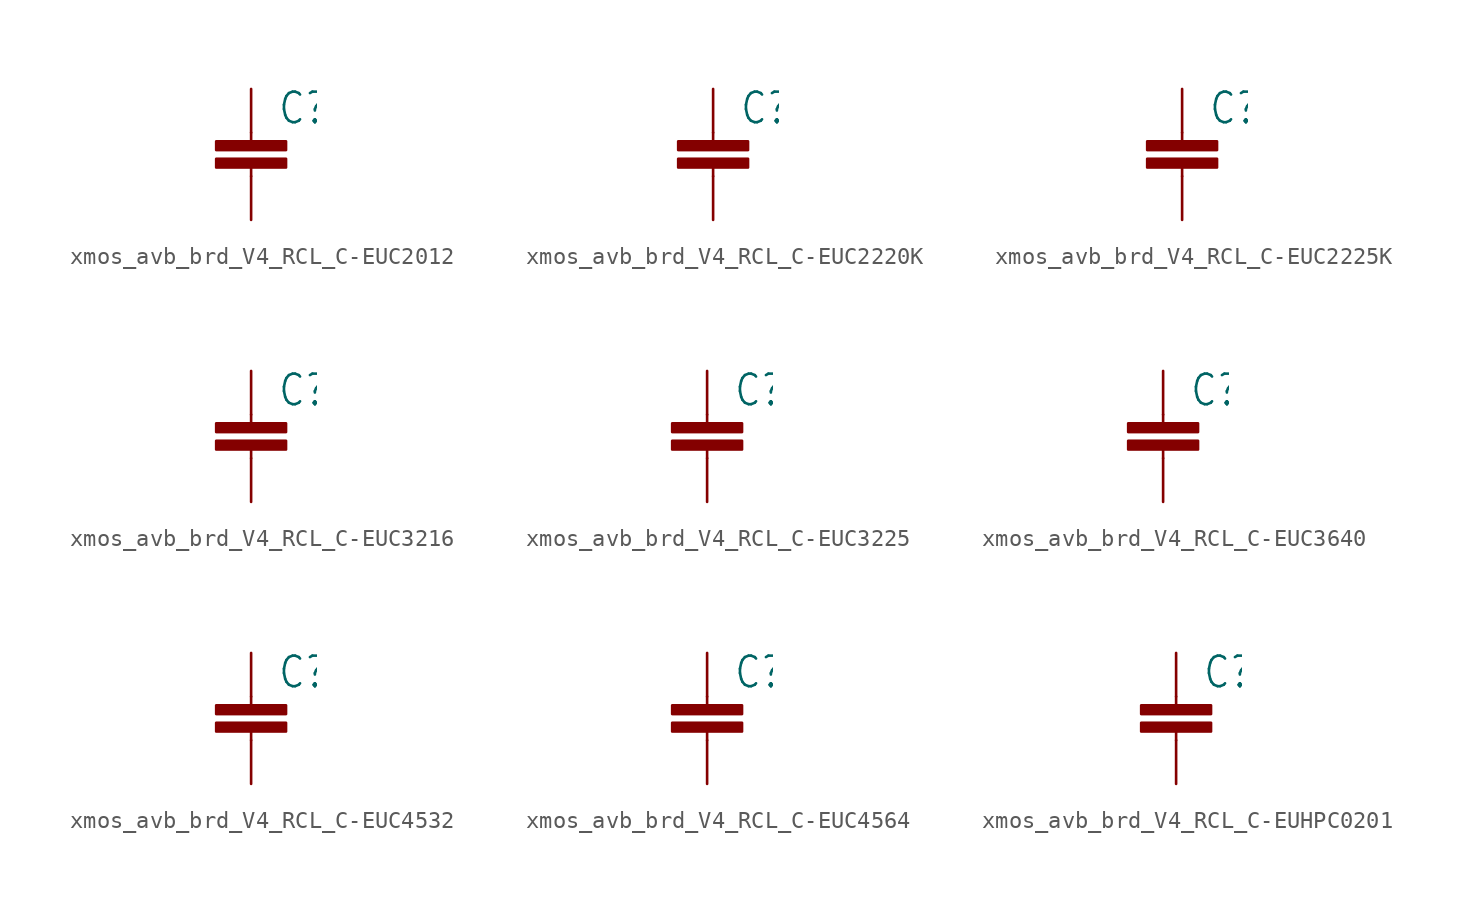
<source format=kicad_sym>
(kicad_symbol_lib
  (version 20241209)
  (generator "kicad_symbol_editor")
  (generator_version "9.0")
  (symbol "xmos_avb_brd_V4_RCL_C-EUC2012"
    (property "Reference" "C"
      (at 1.524 0.381 0)
      (effects (font (size 1.778 1.511)) (justify left bottom)))
    (property "Value" ""
      (at 1.524 -4.699 0)
      (effects (font (size 1.778 1.511)) (justify left bottom)))
    (property "ki_locked" ""
      (at 0 0 0)
      (effects (font (size 1.27 1.27))))
    (symbol "xmos_avb_brd_V4_RCL_C-EUC2012_1_0"
      (rectangle (start -2.032 -1.016) (end 2.032 -0.508) (stroke (width 0) (type default)) (fill (type outline)))
      (rectangle (start -2.032 -2.032) (end 2.032 -1.524) (stroke (width 0) (type default)) (fill (type outline)))
      (polyline (pts (xy 0 0) (xy 0 -0.508)) (stroke (width 0.152) (type solid)) (fill (type none)))
      (polyline (pts (xy 0 -2.54) (xy 0 -2.032)) (stroke (width 0.152) (type solid)) (fill (type none)))
      (pin passive line (at 0 2.54 270) (length 2.54) (name "1" (effects (font (size 0 0)))) (number "1" (effects (font (size 0 0)))))
      (pin passive line (at 0 -5.08 90) (length 2.54) (name "2" (effects (font (size 0 0)))) (number "2" (effects (font (size 0 0)))))))
  (symbol "xmos_avb_brd_V4_RCL_C-EUC2220K"
    (property "Reference" "C"
      (at 1.524 0.381 0)
      (effects (font (size 1.778 1.511)) (justify left bottom)))
    (property "Value" ""
      (at 1.524 -4.699 0)
      (effects (font (size 1.778 1.511)) (justify left bottom)))
    (property "ki_locked" ""
      (at 0 0 0)
      (effects (font (size 1.27 1.27))))
    (symbol "xmos_avb_brd_V4_RCL_C-EUC2220K_1_0"
      (rectangle (start -2.032 -1.016) (end 2.032 -0.508) (stroke (width 0) (type default)) (fill (type outline)))
      (rectangle (start -2.032 -2.032) (end 2.032 -1.524) (stroke (width 0) (type default)) (fill (type outline)))
      (polyline (pts (xy 0 0) (xy 0 -0.508)) (stroke (width 0.152) (type solid)) (fill (type none)))
      (polyline (pts (xy 0 -2.54) (xy 0 -2.032)) (stroke (width 0.152) (type solid)) (fill (type none)))
      (pin passive line (at 0 2.54 270) (length 2.54) (name "1" (effects (font (size 0 0)))) (number "1" (effects (font (size 0 0)))))
      (pin passive line (at 0 -5.08 90) (length 2.54) (name "2" (effects (font (size 0 0)))) (number "2" (effects (font (size 0 0)))))))
  (symbol "xmos_avb_brd_V4_RCL_C-EUC2225K"
    (property "Reference" "C"
      (at 1.524 0.381 0)
      (effects (font (size 1.778 1.511)) (justify left bottom)))
    (property "Value" ""
      (at 1.524 -4.699 0)
      (effects (font (size 1.778 1.511)) (justify left bottom)))
    (property "ki_locked" ""
      (at 0 0 0)
      (effects (font (size 1.27 1.27))))
    (symbol "xmos_avb_brd_V4_RCL_C-EUC2225K_1_0"
      (rectangle (start -2.032 -1.016) (end 2.032 -0.508) (stroke (width 0) (type default)) (fill (type outline)))
      (rectangle (start -2.032 -2.032) (end 2.032 -1.524) (stroke (width 0) (type default)) (fill (type outline)))
      (polyline (pts (xy 0 0) (xy 0 -0.508)) (stroke (width 0.152) (type solid)) (fill (type none)))
      (polyline (pts (xy 0 -2.54) (xy 0 -2.032)) (stroke (width 0.152) (type solid)) (fill (type none)))
      (pin passive line (at 0 2.54 270) (length 2.54) (name "1" (effects (font (size 0 0)))) (number "1" (effects (font (size 0 0)))))
      (pin passive line (at 0 -5.08 90) (length 2.54) (name "2" (effects (font (size 0 0)))) (number "2" (effects (font (size 0 0)))))))
  (symbol "xmos_avb_brd_V4_RCL_C-EUC3216"
    (property "Reference" "C"
      (at 1.524 0.381 0)
      (effects (font (size 1.778 1.511)) (justify left bottom)))
    (property "Value" ""
      (at 1.524 -4.699 0)
      (effects (font (size 1.778 1.511)) (justify left bottom)))
    (property "ki_locked" ""
      (at 0 0 0)
      (effects (font (size 1.27 1.27))))
    (symbol "xmos_avb_brd_V4_RCL_C-EUC3216_1_0"
      (rectangle (start -2.032 -1.016) (end 2.032 -0.508) (stroke (width 0) (type default)) (fill (type outline)))
      (rectangle (start -2.032 -2.032) (end 2.032 -1.524) (stroke (width 0) (type default)) (fill (type outline)))
      (polyline (pts (xy 0 0) (xy 0 -0.508)) (stroke (width 0.152) (type solid)) (fill (type none)))
      (polyline (pts (xy 0 -2.54) (xy 0 -2.032)) (stroke (width 0.152) (type solid)) (fill (type none)))
      (pin passive line (at 0 2.54 270) (length 2.54) (name "1" (effects (font (size 0 0)))) (number "1" (effects (font (size 0 0)))))
      (pin passive line (at 0 -5.08 90) (length 2.54) (name "2" (effects (font (size 0 0)))) (number "2" (effects (font (size 0 0)))))))
  (symbol "xmos_avb_brd_V4_RCL_C-EUC3225"
    (property "Reference" "C"
      (at 1.524 0.381 0)
      (effects (font (size 1.778 1.511)) (justify left bottom)))
    (property "Value" ""
      (at 1.524 -4.699 0)
      (effects (font (size 1.778 1.511)) (justify left bottom)))
    (property "ki_locked" ""
      (at 0 0 0)
      (effects (font (size 1.27 1.27))))
    (symbol "xmos_avb_brd_V4_RCL_C-EUC3225_1_0"
      (rectangle (start -2.032 -1.016) (end 2.032 -0.508) (stroke (width 0) (type default)) (fill (type outline)))
      (rectangle (start -2.032 -2.032) (end 2.032 -1.524) (stroke (width 0) (type default)) (fill (type outline)))
      (polyline (pts (xy 0 0) (xy 0 -0.508)) (stroke (width 0.152) (type solid)) (fill (type none)))
      (polyline (pts (xy 0 -2.54) (xy 0 -2.032)) (stroke (width 0.152) (type solid)) (fill (type none)))
      (pin passive line (at 0 2.54 270) (length 2.54) (name "1" (effects (font (size 0 0)))) (number "1" (effects (font (size 0 0)))))
      (pin passive line (at 0 -5.08 90) (length 2.54) (name "2" (effects (font (size 0 0)))) (number "2" (effects (font (size 0 0)))))))
  (symbol "xmos_avb_brd_V4_RCL_C-EUC3640"
    (property "Reference" "C"
      (at 1.524 0.381 0)
      (effects (font (size 1.778 1.511)) (justify left bottom)))
    (property "Value" ""
      (at 1.524 -4.699 0)
      (effects (font (size 1.778 1.511)) (justify left bottom)))
    (property "ki_locked" ""
      (at 0 0 0)
      (effects (font (size 1.27 1.27))))
    (symbol "xmos_avb_brd_V4_RCL_C-EUC3640_1_0"
      (rectangle (start -2.032 -1.016) (end 2.032 -0.508) (stroke (width 0) (type default)) (fill (type outline)))
      (rectangle (start -2.032 -2.032) (end 2.032 -1.524) (stroke (width 0) (type default)) (fill (type outline)))
      (polyline (pts (xy 0 0) (xy 0 -0.508)) (stroke (width 0.152) (type solid)) (fill (type none)))
      (polyline (pts (xy 0 -2.54) (xy 0 -2.032)) (stroke (width 0.152) (type solid)) (fill (type none)))
      (pin passive line (at 0 2.54 270) (length 2.54) (name "1" (effects (font (size 0 0)))) (number "1" (effects (font (size 0 0)))))
      (pin passive line (at 0 -5.08 90) (length 2.54) (name "2" (effects (font (size 0 0)))) (number "2" (effects (font (size 0 0)))))))
  (symbol "xmos_avb_brd_V4_RCL_C-EUC4532"
    (property "Reference" "C"
      (at 1.524 0.381 0)
      (effects (font (size 1.778 1.511)) (justify left bottom)))
    (property "Value" ""
      (at 1.524 -4.699 0)
      (effects (font (size 1.778 1.511)) (justify left bottom)))
    (property "ki_locked" ""
      (at 0 0 0)
      (effects (font (size 1.27 1.27))))
    (symbol "xmos_avb_brd_V4_RCL_C-EUC4532_1_0"
      (rectangle (start -2.032 -1.016) (end 2.032 -0.508) (stroke (width 0) (type default)) (fill (type outline)))
      (rectangle (start -2.032 -2.032) (end 2.032 -1.524) (stroke (width 0) (type default)) (fill (type outline)))
      (polyline (pts (xy 0 0) (xy 0 -0.508)) (stroke (width 0.152) (type solid)) (fill (type none)))
      (polyline (pts (xy 0 -2.54) (xy 0 -2.032)) (stroke (width 0.152) (type solid)) (fill (type none)))
      (pin passive line (at 0 2.54 270) (length 2.54) (name "1" (effects (font (size 0 0)))) (number "1" (effects (font (size 0 0)))))
      (pin passive line (at 0 -5.08 90) (length 2.54) (name "2" (effects (font (size 0 0)))) (number "2" (effects (font (size 0 0)))))))
  (symbol "xmos_avb_brd_V4_RCL_C-EUC4564"
    (property "Reference" "C"
      (at 1.524 0.381 0)
      (effects (font (size 1.778 1.511)) (justify left bottom)))
    (property "Value" ""
      (at 1.524 -4.699 0)
      (effects (font (size 1.778 1.511)) (justify left bottom)))
    (property "ki_locked" ""
      (at 0 0 0)
      (effects (font (size 1.27 1.27))))
    (symbol "xmos_avb_brd_V4_RCL_C-EUC4564_1_0"
      (rectangle (start -2.032 -1.016) (end 2.032 -0.508) (stroke (width 0) (type default)) (fill (type outline)))
      (rectangle (start -2.032 -2.032) (end 2.032 -1.524) (stroke (width 0) (type default)) (fill (type outline)))
      (polyline (pts (xy 0 0) (xy 0 -0.508)) (stroke (width 0.152) (type solid)) (fill (type none)))
      (polyline (pts (xy 0 -2.54) (xy 0 -2.032)) (stroke (width 0.152) (type solid)) (fill (type none)))
      (pin passive line (at 0 2.54 270) (length 2.54) (name "1" (effects (font (size 0 0)))) (number "1" (effects (font (size 0 0)))))
      (pin passive line (at 0 -5.08 90) (length 2.54) (name "2" (effects (font (size 0 0)))) (number "2" (effects (font (size 0 0)))))))
  (symbol "xmos_avb_brd_V4_RCL_C-EUHPC0201"
    (property "Reference" "C"
      (at 1.524 0.381 0)
      (effects (font (size 1.778 1.511)) (justify left bottom)))
    (property "Value" ""
      (at 1.524 -4.699 0)
      (effects (font (size 1.778 1.511)) (justify left bottom)))
    (property "ki_locked" ""
      (at 0 0 0)
      (effects (font (size 1.27 1.27))))
    (symbol "xmos_avb_brd_V4_RCL_C-EUHPC0201_1_0"
      (rectangle (start -2.032 -1.016) (end 2.032 -0.508) (stroke (width 0) (type default)) (fill (type outline)))
      (rectangle (start -2.032 -2.032) (end 2.032 -1.524) (stroke (width 0) (type default)) (fill (type outline)))
      (polyline (pts (xy 0 0) (xy 0 -0.508)) (stroke (width 0.152) (type solid)) (fill (type none)))
      (polyline (pts (xy 0 -2.54) (xy 0 -2.032)) (stroke (width 0.152) (type solid)) (fill (type none)))
      (pin passive line (at 0 2.54 270) (length 2.54) (name "1" (effects (font (size 0 0)))) (number "1" (effects (font (size 0 0)))))
      (pin passive line (at 0 -5.08 90) (length 2.54) (name "2" (effects (font (size 0 0)))) (number "2" (effects (font (size 0 0))))))))
</source>
